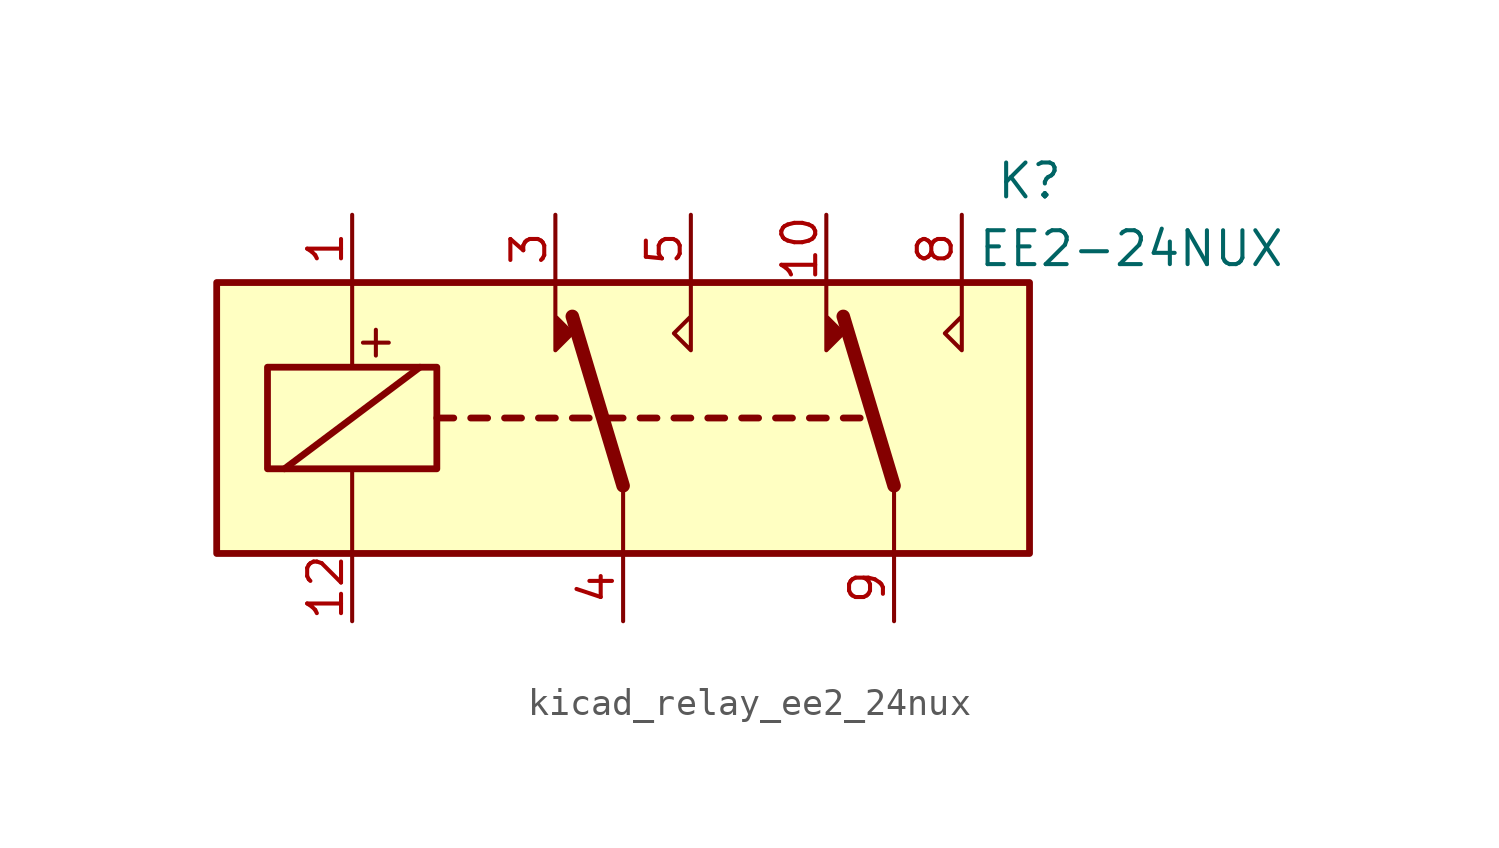
<source format=kicad_sym>
(kicad_symbol_lib
  (version 20220914)
  (generator kicad_symbol_editor)
  (symbol "kicad_relay_ee2_24nux"
    (property "Reference" "K"
      (at 15.24 8.89 0)
      (effects (font (size 1.27 1.27))))
    (property "Value" "EE2-24NUX"
      (at 19.05 6.35 0)
      (effects (font (size 1.27 1.27))))
    (symbol "kicad_relay_ee2_24nux_1_1"
      (rectangle (start -15.24 5.08) (end 15.24 -5.08) (stroke (width 0.254) (type default)) (fill (type background)))
      (rectangle (start -13.335 1.905) (end -6.985 -1.905) (stroke (width 0.254) (type default)) (fill (type none)))
      (polyline (pts (xy -12.7 -1.905) (xy -7.62 1.905)) (stroke (width 0.254) (type default)) (fill (type none)))
      (polyline (pts (xy -10.16 -5.08) (xy -10.16 -1.905)) (stroke (width 0) (type default)) (fill (type none)))
      (polyline (pts (xy -10.16 5.08) (xy -10.16 1.905)) (stroke (width 0) (type default)) (fill (type none)))
      (polyline (pts (xy -6.985 0) (xy -6.35 0)) (stroke (width 0.254) (type default)) (fill (type none)))
      (polyline (pts (xy -5.715 0) (xy -5.08 0)) (stroke (width 0.254) (type default)) (fill (type none)))
      (polyline (pts (xy -4.445 0) (xy -3.81 0)) (stroke (width 0.254) (type default)) (fill (type none)))
      (polyline (pts (xy -3.175 0) (xy -2.54 0)) (stroke (width 0.254) (type default)) (fill (type none)))
      (polyline (pts (xy -1.905 0) (xy -1.27 0)) (stroke (width 0.254) (type default)) (fill (type none)))
      (polyline (pts (xy -0.635 0) (xy 0 0)) (stroke (width 0.254) (type default)) (fill (type none)))
      (polyline (pts (xy 0 -2.54) (xy -1.905 3.81)) (stroke (width 0.508) (type default)) (fill (type none)))
      (polyline (pts (xy 0 -2.54) (xy 0 -5.08)) (stroke (width 0) (type default)) (fill (type none)))
      (polyline (pts (xy 0.635 0) (xy 1.27 0)) (stroke (width 0.254) (type default)) (fill (type none)))
      (polyline (pts (xy 1.905 0) (xy 2.54 0)) (stroke (width 0.254) (type default)) (fill (type none)))
      (polyline (pts (xy 3.175 0) (xy 3.81 0)) (stroke (width 0.254) (type default)) (fill (type none)))
      (polyline (pts (xy 4.445 0) (xy 5.08 0)) (stroke (width 0.254) (type default)) (fill (type none)))
      (polyline (pts (xy 5.715 0) (xy 6.35 0)) (stroke (width 0.254) (type default)) (fill (type none)))
      (polyline (pts (xy 6.985 0) (xy 7.62 0)) (stroke (width 0.254) (type default)) (fill (type none)))
      (polyline (pts (xy 8.255 0) (xy 8.89 0)) (stroke (width 0.254) (type default)) (fill (type none)))
      (polyline (pts (xy 10.16 -2.54) (xy 8.255 3.81)) (stroke (width 0.508) (type default)) (fill (type none)))
      (polyline (pts (xy 10.16 -2.54) (xy 10.16 -5.08)) (stroke (width 0) (type default)) (fill (type none)))
      (polyline (pts (xy -2.54 5.08) (xy -2.54 2.54) (xy -1.905 3.175) (xy -2.54 3.81)) (stroke (width 0) (type default)) (fill (type outline)))
      (polyline (pts (xy 2.54 5.08) (xy 2.54 2.54) (xy 1.905 3.175) (xy 2.54 3.81)) (stroke (width 0) (type default)) (fill (type none)))
      (polyline (pts (xy 7.62 5.08) (xy 7.62 2.54) (xy 8.255 3.175) (xy 7.62 3.81)) (stroke (width 0) (type default)) (fill (type outline)))
      (polyline (pts (xy 12.7 5.08) (xy 12.7 2.54) (xy 12.065 3.175) (xy 12.7 3.81)) (stroke (width 0) (type default)) (fill (type none)))
      (text "+" (at -9.271 2.921 0) (effects (font (size 1.27 1.27))))
      (pin passive line (at -10.16 7.62 270) (length 2.54) (name "~" (effects (font (size 1.27 1.27)))) (number "1" (effects (font (size 1.27 1.27)))))
      (pin passive line (at 7.62 7.62 270) (length 2.54) (name "~" (effects (font (size 1.27 1.27)))) (number "10" (effects (font (size 1.27 1.27)))))
      (pin passive line (at -10.16 -7.62 90) (length 2.54) (name "~" (effects (font (size 1.27 1.27)))) (number "12" (effects (font (size 1.27 1.27)))))
      (pin passive line (at -2.54 7.62 270) (length 2.54) (name "~" (effects (font (size 1.27 1.27)))) (number "3" (effects (font (size 1.27 1.27)))))
      (pin passive line (at 0 -7.62 90) (length 2.54) (name "~" (effects (font (size 1.27 1.27)))) (number "4" (effects (font (size 1.27 1.27)))))
      (pin passive line (at 2.54 7.62 270) (length 2.54) (name "~" (effects (font (size 1.27 1.27)))) (number "5" (effects (font (size 1.27 1.27)))))
      (pin passive line (at 12.7 7.62 270) (length 2.54) (name "~" (effects (font (size 1.27 1.27)))) (number "8" (effects (font (size 1.27 1.27)))))
      (pin passive line (at 10.16 -7.62 90) (length 2.54) (name "~" (effects (font (size 1.27 1.27)))) (number "9" (effects (font (size 1.27 1.27))))))))
</source>
